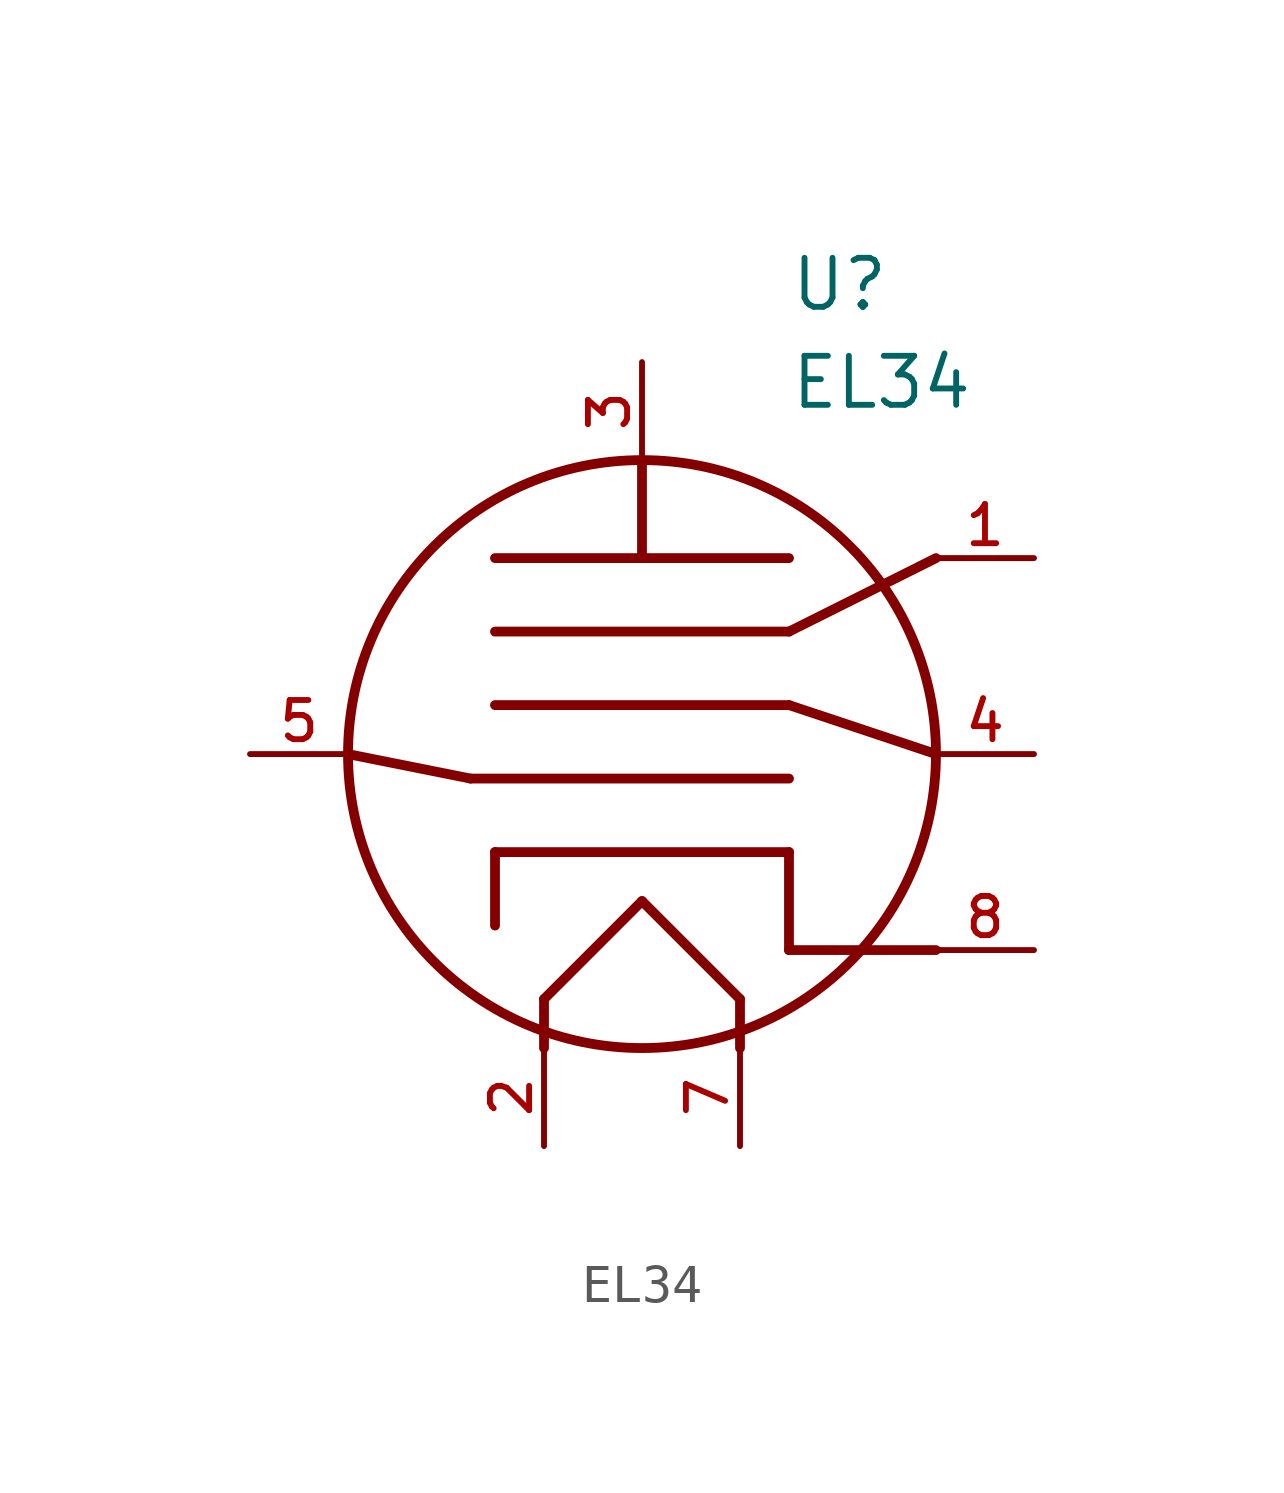
<source format=kicad_sym>
(kicad_symbol_lib
  (version 20211014)
  (generator kicad_symbol_editor)
  (symbol "EL34"
    (pin_names
      (offset 1.016))
    (property "Reference" "U"
      (at 3.81 11.43 0)
      (effects (font (size 1.27 1.27)) (justify bottom left)))
    (property "Value" "EL34"
      (at 3.81 8.89 0)
      (effects (font (size 1.27 1.27)) (justify bottom left)))
    (symbol "EL34_0_0"
      (polyline (pts (xy -3.81 5.08) (xy 0.0 5.08)) (stroke (width 0.254)))
      (polyline (pts (xy 0.0 5.08) (xy 3.81 5.08)) (stroke (width 0.254)))
      (polyline (pts (xy 0.0 7.62) (xy 0.0 5.08)) (stroke (width 0.254)))
      (polyline (pts (xy -3.81 -4.445) (xy -3.81 -2.54)) (stroke (width 0.254)))
      (polyline (pts (xy -3.81 -2.54) (xy 3.81 -2.54)) (stroke (width 0.254)))
      (polyline (pts (xy -2.54 -7.62) (xy -2.54 -6.35)) (stroke (width 0.254)))
      (polyline (pts (xy -2.54 -6.35) (xy 0.0 -3.81)) (stroke (width 0.254)))
      (polyline (pts (xy 0.0 -3.81) (xy 2.54 -6.35)) (stroke (width 0.254)))
      (polyline (pts (xy 2.54 -6.35) (xy 2.54 -7.62)) (stroke (width 0.254)))
      (polyline (pts (xy -4.445 -0.635) (xy 3.81 -0.635)) (stroke (width 0.254)))
      (polyline (pts (xy -7.62 0.0) (xy -4.445 -0.635)) (stroke (width 0.254)))
      (polyline (pts (xy -3.81 3.175) (xy 3.81 3.175)) (stroke (width 0.254)))
      (polyline (pts (xy 7.62 5.08) (xy 3.81 3.175)) (stroke (width 0.254)))
      (polyline (pts (xy -3.81 1.27) (xy 3.81 1.27)) (stroke (width 0.254)))
      (polyline (pts (xy 3.81 -2.54) (xy 3.81 -5.08)) (stroke (width 0.254)))
      (polyline (pts (xy 3.81 -5.08) (xy 7.62 -5.08)) (stroke (width 0.254)))
      (polyline (pts (xy 3.81 1.27) (xy 7.62 0.0)) (stroke (width 0.254)))
      (circle (center 0.0 0.0) (radius 7.62) (stroke (width 0.254)) (fill (type none)))
      (pin passive line (at -10.16 0.0 0) (length 2.54) (name "~" (effects (font (size 1.016 1.016)))) (number "5" (effects (font (size 1.016 1.016)))))
      (pin passive line (at 0.0 10.16 270.0) (length 2.54) (name "~" (effects (font (size 1.016 1.016)))) (number "3" (effects (font (size 1.016 1.016)))))
      (pin passive line (at 10.16 -5.08 180.0) (length 2.54) (name "~" (effects (font (size 1.016 1.016)))) (number "8" (effects (font (size 1.016 1.016)))))
      (pin passive line (at -2.54 -10.16 90.0) (length 2.54) (name "~" (effects (font (size 1.016 1.016)))) (number "2" (effects (font (size 1.016 1.016)))))
      (pin passive line (at 2.54 -10.16 90.0) (length 2.54) (name "~" (effects (font (size 1.016 1.016)))) (number "7" (effects (font (size 1.016 1.016)))))
      (pin passive line (at 10.16 5.08 180.0) (length 2.54) (name "~" (effects (font (size 1.016 1.016)))) (number "1" (effects (font (size 1.016 1.016)))))
      (pin passive line (at 10.16 0.0 180.0) (length 2.54) (name "~" (effects (font (size 1.016 1.016)))) (number "4" (effects (font (size 1.016 1.016))))))))
</source>
